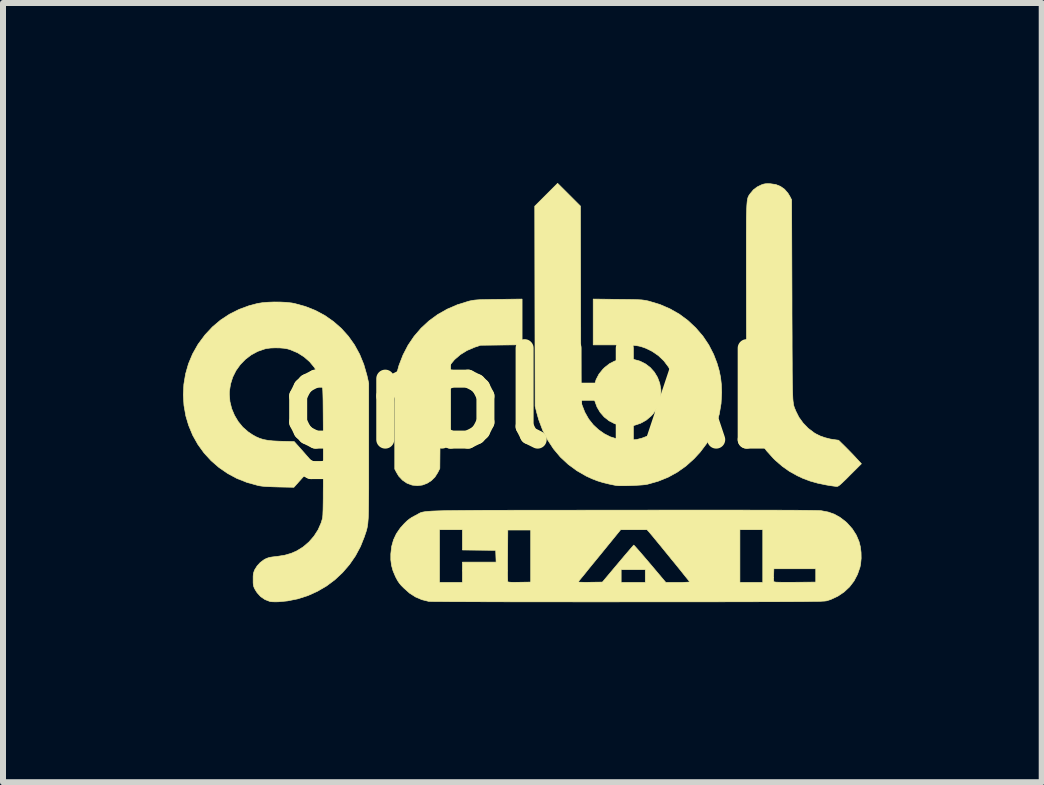
<source format=kicad_pcb>
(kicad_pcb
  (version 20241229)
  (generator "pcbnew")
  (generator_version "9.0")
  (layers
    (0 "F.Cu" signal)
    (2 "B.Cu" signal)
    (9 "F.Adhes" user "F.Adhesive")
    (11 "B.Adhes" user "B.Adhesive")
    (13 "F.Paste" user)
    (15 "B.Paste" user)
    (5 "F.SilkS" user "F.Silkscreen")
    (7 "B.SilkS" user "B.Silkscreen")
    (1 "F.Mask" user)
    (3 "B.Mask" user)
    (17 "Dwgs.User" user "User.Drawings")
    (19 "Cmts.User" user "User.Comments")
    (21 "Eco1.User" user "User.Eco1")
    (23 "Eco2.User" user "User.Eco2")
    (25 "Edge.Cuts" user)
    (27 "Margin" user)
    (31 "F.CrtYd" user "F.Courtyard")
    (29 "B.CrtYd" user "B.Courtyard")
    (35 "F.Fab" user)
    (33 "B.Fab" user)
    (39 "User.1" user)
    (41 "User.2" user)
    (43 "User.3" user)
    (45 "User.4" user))
  (footprint "grblHAL"
    (layer "F.Cu")
    (at 5.947 3.587)
    (property "Reference" "grblHAL" (at 0 0 0) (layer "F.SilkS") (effects (font (size 1.524 1.524) (thickness 0.3))))
    (attr through_hole)
    (fp_poly (pts (xy 1.569 -0.646) (xy 1.67 -0.618) (xy 1.761 -0.572) (xy 1.841 -0.511) (xy 1.908 -0.436) (xy 1.961 -0.348) (xy 1.998 -0.25) (xy 2.017 -0.144) (xy 2.018 -0.133) (xy 2.015 -0.025) (xy 1.992 0.078) (xy 1.949 0.173) (xy 1.886 0.262) (xy 1.853 0.297) (xy 1.77 0.367) (xy 1.677 0.418) (xy 1.578 0.451) (xy 1.475 0.465) (xy 1.37 0.459) (xy 1.349 0.455) (xy 1.246 0.424) (xy 1.153 0.376) (xy 1.072 0.312) (xy 1.005 0.235) (xy 0.953 0.147) (xy 0.917 0.049) (xy 0.9 -0.058) (xy 0.899 -0.101) (xy 0.908 -0.21) (xy 0.937 -0.31) (xy 0.985 -0.402) (xy 1.052 -0.485) (xy 1.081 -0.513) (xy 1.161 -0.576) (xy 1.245 -0.619) (xy 1.336 -0.645) (xy 1.439 -0.656) (xy 1.462 -0.656) (xy 1.569 -0.646)) (stroke (width 0.01) (type solid)) (fill yes) (layer "F.SilkS"))
    (fp_poly (pts (xy -0.296 -0.891) (xy -0.643 -0.887) (xy -0.99 -0.883) (xy -1.09 -0.849) (xy -1.216 -0.795) (xy -1.327 -0.726) (xy -1.424 -0.642) (xy -1.506 -0.542) (xy -1.573 -0.428) (xy -1.578 -0.418) (xy -1.593 -0.387) (xy -1.606 -0.36) (xy -1.617 -0.335) (xy -1.626 -0.309) (xy -1.633 -0.282) (xy -1.64 -0.251) (xy -1.645 -0.215) (xy -1.649 -0.172) (xy -1.652 -0.12) (xy -1.654 -0.058) (xy -1.656 0.017) (xy -1.658 0.106) (xy -1.659 0.21) (xy -1.66 0.332) (xy -1.661 0.474) (xy -1.661 0.482) (xy -1.667 1.17) (xy -1.702 1.24) (xy -1.749 1.314) (xy -1.809 1.373) (xy -1.88 1.418) (xy -1.959 1.447) (xy -2.042 1.457) (xy -2.126 1.448) (xy -2.134 1.446) (xy -2.216 1.415) (xy -2.289 1.365) (xy -2.351 1.299) (xy -2.388 1.238) (xy -2.418 1.18) (xy -2.418 0.455) (xy -2.418 0.312) (xy -2.418 0.189) (xy -2.418 0.083) (xy -2.417 -0.006) (xy -2.417 -0.081) (xy -2.416 -0.144) (xy -2.415 -0.195) (xy -2.413 -0.236) (xy -2.411 -0.27) (xy -2.409 -0.297) (xy -2.406 -0.32) (xy -2.403 -0.34) (xy -2.399 -0.359) (xy -2.399 -0.36) (xy -2.348 -0.547) (xy -2.28 -0.722) (xy -2.196 -0.884) (xy -2.095 -1.033) (xy -1.979 -1.168) (xy -1.848 -1.289) (xy -1.703 -1.395) (xy -1.544 -1.485) (xy -1.373 -1.559) (xy -1.189 -1.616) (xy -1.165 -1.622) (xy -1.139 -1.627) (xy -1.113 -1.632) (xy -1.083 -1.636) (xy -1.048 -1.639) (xy -1.004 -1.642) (xy -0.95 -1.644) (xy -0.883 -1.645) (xy -0.8 -1.647) (xy -0.698 -1.648) (xy -0.685 -1.648) (xy -0.296 -1.653) (xy -0.296 -0.891)) (stroke (width 0.01) (type solid)) (fill yes) (layer "F.SilkS"))
    (fp_poly (pts (xy 3.84 -3.575) (xy 3.841 -3.575) (xy 3.932 -3.562) (xy 4.01 -3.531) (xy 4.078 -3.483) (xy 4.135 -3.417) (xy 4.167 -3.364) (xy 4.196 -3.307) (xy 4.202 -1.635) (xy 4.202 -1.413) (xy 4.203 -1.212) (xy 4.204 -1.029) (xy 4.204 -0.865) (xy 4.205 -0.717) (xy 4.206 -0.586) (xy 4.206 -0.469) (xy 4.207 -0.367) (xy 4.208 -0.277) (xy 4.21 -0.199) (xy 4.211 -0.132) (xy 4.213 -0.075) (xy 4.215 -0.027) (xy 4.217 0.014) (xy 4.22 0.048) (xy 4.224 0.076) (xy 4.227 0.1) (xy 4.231 0.12) (xy 4.236 0.137) (xy 4.241 0.153) (xy 4.247 0.168) (xy 4.254 0.184) (xy 4.261 0.202) (xy 4.265 0.212) (xy 4.317 0.316) (xy 4.387 0.413) (xy 4.472 0.501) (xy 4.571 0.576) (xy 4.605 0.596) (xy 4.672 0.629) (xy 4.752 0.657) (xy 4.837 0.679) (xy 4.893 0.688) (xy 4.979 0.7) (xy 5.073 0.792) (xy 5.119 0.838) (xy 5.173 0.893) (xy 5.226 0.948) (xy 5.263 0.988) (xy 5.359 1.092) (xy 5.169 1.281) (xy 5.11 1.341) (xy 5.063 1.386) (xy 5.027 1.42) (xy 5 1.444) (xy 4.98 1.459) (xy 4.965 1.467) (xy 4.952 1.47) (xy 4.948 1.47) (xy 4.926 1.468) (xy 4.888 1.463) (xy 4.839 1.456) (xy 4.784 1.447) (xy 4.768 1.444) (xy 4.628 1.415) (xy 4.501 1.379) (xy 4.382 1.334) (xy 4.292 1.292) (xy 4.159 1.218) (xy 4.04 1.134) (xy 3.927 1.036) (xy 3.895 1.005) (xy 3.777 0.874) (xy 3.677 0.733) (xy 3.593 0.58) (xy 3.526 0.416) (xy 3.475 0.238) (xy 3.47 0.217) (xy 3.446 0.111) (xy 3.442 -1.56) (xy 3.442 -1.785) (xy 3.441 -1.99) (xy 3.441 -2.176) (xy 3.441 -2.344) (xy 3.441 -2.495) (xy 3.441 -2.63) (xy 3.441 -2.749) (xy 3.442 -2.854) (xy 3.442 -2.946) (xy 3.443 -3.026) (xy 3.445 -3.095) (xy 3.447 -3.153) (xy 3.449 -3.202) (xy 3.452 -3.243) (xy 3.455 -3.277) (xy 3.459 -3.304) (xy 3.463 -3.326) (xy 3.468 -3.344) (xy 3.474 -3.359) (xy 3.48 -3.372) (xy 3.487 -3.383) (xy 3.495 -3.394) (xy 3.503 -3.406) (xy 3.508 -3.413) (xy 3.56 -3.475) (xy 3.621 -3.521) (xy 3.687 -3.554) (xy 3.723 -3.567) (xy 3.755 -3.574) (xy 3.791 -3.576) (xy 3.84 -3.575)) (stroke (width 0.01) (type solid)) (fill yes) (layer "F.SilkS"))
    (fp_poly (pts (xy 0.487 -3.392) (xy 0.677 -3.202) (xy 0.68 -1.577) (xy 0.68 -1.36) (xy 0.681 -1.162) (xy 0.681 -0.984) (xy 0.682 -0.824) (xy 0.682 -0.681) (xy 0.683 -0.554) (xy 0.683 -0.442) (xy 0.684 -0.344) (xy 0.685 -0.259) (xy 0.686 -0.186) (xy 0.686 -0.124) (xy 0.688 -0.072) (xy 0.689 -0.029) (xy 0.69 0.006) (xy 0.692 0.035) (xy 0.693 0.058) (xy 0.695 0.075) (xy 0.697 0.089) (xy 0.699 0.101) (xy 0.702 0.11) (xy 0.702 0.111) (xy 0.749 0.232) (xy 0.812 0.344) (xy 0.891 0.444) (xy 0.976 0.523) (xy 1.074 0.592) (xy 1.174 0.643) (xy 1.28 0.676) (xy 1.397 0.693) (xy 1.435 0.696) (xy 1.531 0.696) (xy 1.616 0.687) (xy 1.699 0.666) (xy 1.786 0.633) (xy 1.828 0.613) (xy 1.936 0.549) (xy 2.032 0.469) (xy 2.114 0.374) (xy 2.181 0.266) (xy 2.229 0.153) (xy 2.25 0.07) (xy 2.262 -0.025) (xy 2.265 -0.124) (xy 2.258 -0.219) (xy 2.245 -0.284) (xy 2.204 -0.408) (xy 2.144 -0.521) (xy 2.068 -0.622) (xy 1.976 -0.71) (xy 1.871 -0.782) (xy 1.767 -0.833) (xy 1.729 -0.847) (xy 1.692 -0.859) (xy 1.655 -0.869) (xy 1.614 -0.876) (xy 1.566 -0.881) (xy 1.509 -0.885) (xy 1.44 -0.887) (xy 1.356 -0.888) (xy 1.255 -0.889) (xy 1.225 -0.889) (xy 0.889 -0.889) (xy 0.889 -1.653) (xy 1.299 -1.648) (xy 1.404 -1.647) (xy 1.49 -1.646) (xy 1.559 -1.645) (xy 1.616 -1.643) (xy 1.661 -1.641) (xy 1.697 -1.639) (xy 1.728 -1.635) (xy 1.755 -1.631) (xy 1.782 -1.626) (xy 1.809 -1.62) (xy 1.82 -1.617) (xy 2 -1.563) (xy 2.167 -1.491) (xy 2.324 -1.402) (xy 2.468 -1.295) (xy 2.6 -1.171) (xy 2.717 -1.035) (xy 2.815 -0.889) (xy 2.896 -0.731) (xy 2.953 -0.583) (xy 2.988 -0.463) (xy 3.012 -0.347) (xy 3.025 -0.229) (xy 3.03 -0.1) (xy 3.03 -0.095) (xy 3.02 0.089) (xy 2.99 0.266) (xy 2.94 0.435) (xy 2.871 0.597) (xy 2.783 0.75) (xy 2.674 0.895) (xy 2.572 1.006) (xy 2.437 1.128) (xy 2.292 1.231) (xy 2.138 1.316) (xy 1.972 1.383) (xy 1.795 1.433) (xy 1.789 1.434) (xy 1.755 1.44) (xy 1.705 1.445) (xy 1.644 1.449) (xy 1.576 1.453) (xy 1.505 1.456) (xy 1.435 1.458) (xy 1.372 1.458) (xy 1.319 1.458) (xy 1.281 1.455) (xy 1.27 1.454) (xy 1.153 1.43) (xy 1.051 1.405) (xy 0.96 1.377) (xy 0.875 1.344) (xy 0.789 1.305) (xy 0.774 1.298) (xy 0.616 1.207) (xy 0.472 1.101) (xy 0.342 0.98) (xy 0.228 0.844) (xy 0.13 0.695) (xy 0.047 0.533) (xy -0.019 0.357) (xy -0.051 0.243) (xy -0.079 0.132) (xy -0.082 -1.535) (xy -0.085 -3.201) (xy 0.106 -3.392) (xy 0.296 -3.582) (xy 0.487 -3.392)) (stroke (width 0.01) (type solid)) (fill yes) (layer "F.SilkS"))
    (fp_poly (pts (xy -4.325 -1.603) (xy -4.226 -1.598) (xy -4.136 -1.588) (xy -4.088 -1.579) (xy -3.909 -1.53) (xy -3.74 -1.463) (xy -3.583 -1.379) (xy -3.439 -1.278) (xy -3.308 -1.163) (xy -3.191 -1.033) (xy -3.089 -0.889) (xy -3.003 -0.732) (xy -2.934 -0.563) (xy -2.882 -0.382) (xy -2.877 -0.36) (xy -2.852 -0.249) (xy -2.852 0.889) (xy -2.852 1.073) (xy -2.852 1.238) (xy -2.852 1.384) (xy -2.852 1.513) (xy -2.853 1.626) (xy -2.854 1.725) (xy -2.855 1.81) (xy -2.856 1.884) (xy -2.858 1.946) (xy -2.86 2) (xy -2.864 2.046) (xy -2.867 2.085) (xy -2.872 2.119) (xy -2.877 2.15) (xy -2.883 2.177) (xy -2.89 2.203) (xy -2.898 2.23) (xy -2.908 2.258) (xy -2.918 2.288) (xy -2.922 2.302) (xy -2.989 2.47) (xy -3.073 2.627) (xy -3.173 2.772) (xy -3.288 2.905) (xy -3.415 3.024) (xy -3.555 3.129) (xy -3.706 3.217) (xy -3.865 3.289) (xy -4.033 3.343) (xy -4.207 3.378) (xy -4.355 3.392) (xy -4.405 3.393) (xy -4.452 3.392) (xy -4.488 3.389) (xy -4.501 3.386) (xy -4.581 3.355) (xy -4.653 3.306) (xy -4.712 3.241) (xy -4.742 3.194) (xy -4.759 3.162) (xy -4.769 3.136) (xy -4.775 3.109) (xy -4.778 3.075) (xy -4.778 3.027) (xy -4.778 3.022) (xy -4.778 2.969) (xy -4.775 2.931) (xy -4.768 2.901) (xy -4.758 2.873) (xy -4.751 2.857) (xy -4.712 2.795) (xy -4.66 2.738) (xy -4.601 2.694) (xy -4.583 2.683) (xy -4.553 2.669) (xy -4.526 2.659) (xy -4.496 2.651) (xy -4.458 2.645) (xy -4.408 2.639) (xy -4.371 2.635) (xy -4.252 2.616) (xy -4.145 2.585) (xy -4.053 2.545) (xy -3.946 2.479) (xy -3.849 2.396) (xy -3.765 2.3) (xy -3.696 2.193) (xy -3.645 2.077) (xy -3.626 2.014) (xy -3.623 2.001) (xy -3.62 1.985) (xy -3.618 1.964) (xy -3.616 1.937) (xy -3.615 1.902) (xy -3.613 1.859) (xy -3.612 1.807) (xy -3.611 1.742) (xy -3.61 1.666) (xy -3.61 1.575) (xy -3.609 1.47) (xy -3.609 1.348) (xy -3.609 1.208) (xy -3.609 1.049) (xy -3.609 0.933) (xy -3.609 0.734) (xy -3.609 0.555) (xy -3.61 0.394) (xy -3.611 0.253) (xy -3.612 0.132) (xy -3.613 0.03) (xy -3.615 -0.051) (xy -3.617 -0.111) (xy -3.619 -0.151) (xy -3.62 -0.165) (xy -3.648 -0.29) (xy -3.694 -0.407) (xy -3.758 -0.514) (xy -3.837 -0.609) (xy -3.93 -0.69) (xy -4.036 -0.757) (xy -4.154 -0.807) (xy -4.202 -0.822) (xy -4.262 -0.833) (xy -4.335 -0.839) (xy -4.414 -0.84) (xy -4.49 -0.837) (xy -4.558 -0.828) (xy -4.583 -0.822) (xy -4.702 -0.781) (xy -4.811 -0.722) (xy -4.908 -0.648) (xy -4.993 -0.56) (xy -5.064 -0.461) (xy -5.118 -0.353) (xy -5.155 -0.236) (xy -5.174 -0.114) (xy -5.175 -0.064) (xy -5.165 0.056) (xy -5.136 0.173) (xy -5.089 0.285) (xy -5.027 0.389) (xy -4.951 0.482) (xy -4.862 0.56) (xy -4.854 0.565) (xy -4.789 0.609) (xy -4.728 0.643) (xy -4.668 0.669) (xy -4.603 0.689) (xy -4.531 0.702) (xy -4.448 0.711) (xy -4.348 0.716) (xy -4.309 0.717) (xy -4.094 0.722) (xy -3.931 0.905) (xy -3.885 0.958) (xy -3.843 1.006) (xy -3.809 1.046) (xy -3.784 1.077) (xy -3.77 1.096) (xy -3.768 1.1) (xy -3.774 1.111) (xy -3.793 1.135) (xy -3.823 1.17) (xy -3.86 1.214) (xy -3.904 1.264) (xy -3.933 1.298) (xy -4.099 1.484) (xy -4.354 1.479) (xy -4.446 1.476) (xy -4.52 1.473) (xy -4.58 1.47) (xy -4.63 1.465) (xy -4.672 1.459) (xy -4.704 1.452) (xy -4.881 1.403) (xy -5.048 1.337) (xy -5.204 1.253) (xy -5.349 1.153) (xy -5.48 1.039) (xy -5.597 0.911) (xy -5.699 0.77) (xy -5.785 0.617) (xy -5.853 0.453) (xy -5.9 0.296) (xy -5.931 0.12) (xy -5.942 -0.057) (xy -5.933 -0.232) (xy -5.904 -0.406) (xy -5.856 -0.574) (xy -5.788 -0.737) (xy -5.701 -0.891) (xy -5.69 -0.908) (xy -5.58 -1.056) (xy -5.457 -1.188) (xy -5.321 -1.303) (xy -5.172 -1.401) (xy -5.012 -1.481) (xy -4.841 -1.544) (xy -4.706 -1.579) (xy -4.626 -1.592) (xy -4.532 -1.6) (xy -4.43 -1.604) (xy -4.325 -1.603)) (stroke (width 0.01) (type solid)) (fill yes) (layer "F.SilkS"))
    (fp_poly (pts (xy 2.884 1.864) (xy 3.126 1.864) (xy 3.349 1.864) (xy 3.554 1.865) (xy 3.74 1.865) (xy 3.909 1.865) (xy 4.06 1.866) (xy 4.194 1.866) (xy 4.311 1.867) (xy 4.411 1.868) (xy 4.496 1.869) (xy 4.565 1.87) (xy 4.619 1.871) (xy 4.657 1.872) (xy 4.682 1.873) (xy 4.688 1.874) (xy 4.804 1.896) (xy 4.907 1.932) (xy 5.002 1.985) (xy 5.094 2.055) (xy 5.122 2.081) (xy 5.207 2.176) (xy 5.274 2.281) (xy 5.32 2.39) (xy 5.341 2.473) (xy 5.353 2.568) (xy 5.355 2.667) (xy 5.346 2.76) (xy 5.336 2.813) (xy 5.294 2.935) (xy 5.236 3.046) (xy 5.161 3.144) (xy 5.07 3.229) (xy 4.966 3.299) (xy 4.848 3.354) (xy 4.789 3.373) (xy 4.782 3.375) (xy 4.774 3.377) (xy 4.763 3.378) (xy 4.749 3.38) (xy 4.731 3.381) (xy 4.709 3.382) (xy 4.682 3.384) (xy 4.649 3.385) (xy 4.609 3.386) (xy 4.562 3.386) (xy 4.507 3.387) (xy 4.444 3.388) (xy 4.371 3.389) (xy 4.288 3.389) (xy 4.194 3.39) (xy 4.088 3.39) (xy 3.971 3.391) (xy 3.84 3.391) (xy 3.696 3.391) (xy 3.537 3.392) (xy 3.363 3.392) (xy 3.174 3.392) (xy 2.968 3.393) (xy 2.745 3.393) (xy 2.504 3.393) (xy 2.244 3.393) (xy 1.965 3.393) (xy 1.666 3.393) (xy 1.466 3.393) (xy 1.193 3.394) (xy 0.927 3.394) (xy 0.669 3.394) (xy 0.418 3.393) (xy 0.177 3.393) (xy -0.055 3.393) (xy -0.276 3.393) (xy -0.486 3.393) (xy -0.684 3.392) (xy -0.869 3.392) (xy -1.04 3.391) (xy -1.198 3.391) (xy -1.34 3.39) (xy -1.466 3.39) (xy -1.576 3.389) (xy -1.668 3.388) (xy -1.743 3.388) (xy -1.798 3.387) (xy -1.834 3.386) (xy -1.85 3.386) (xy -1.85 3.386) (xy -1.966 3.357) (xy -2.072 3.312) (xy -2.172 3.248) (xy -2.266 3.164) (xy -2.311 3.119) (xy -2.343 3.08) (xy -2.369 3.042) (xy -2.393 2.998) (xy -2.406 2.973) (xy -2.447 2.876) (xy -2.472 2.786) (xy -2.484 2.693) (xy -2.484 2.594) (xy -2.47 2.471) (xy -2.439 2.36) (xy -2.391 2.258) (xy -2.345 2.191) (xy -1.672 2.191) (xy -1.672 3.069) (xy -1.291 3.069) (xy -1.291 2.799) (xy -0.538 2.799) (xy -0.538 2.877) (xy -0.538 2.944) (xy -0.537 2.997) (xy -0.536 3.035) (xy -0.535 3.054) (xy -0.535 3.056) (xy -0.528 3.061) (xy -0.51 3.065) (xy -0.479 3.067) (xy -0.432 3.068) (xy -0.368 3.067) (xy -0.342 3.067) (xy -0.153 3.064) (xy -0.153 3.056) (xy 0.642 3.056) (xy 0.643 3.061) (xy 0.653 3.064) (xy 0.675 3.066) (xy 0.712 3.067) (xy 0.766 3.068) (xy 0.837 3.067) (xy 1.042 3.064) (xy 1.216 2.857) (xy 1.355 2.857) (xy 1.355 3.069) (xy 1.757 3.069) (xy 1.757 2.857) (xy 1.355 2.857) (xy 1.216 2.857) (xy 1.3 2.757) (xy 1.358 2.688) (xy 1.412 2.624) (xy 1.46 2.568) (xy 1.501 2.52) (xy 1.533 2.483) (xy 1.555 2.458) (xy 1.565 2.448) (xy 1.565 2.447) (xy 1.573 2.455) (xy 1.593 2.476) (xy 1.624 2.511) (xy 1.664 2.556) (xy 1.711 2.611) (xy 1.765 2.674) (xy 1.823 2.742) (xy 1.836 2.757) (xy 2.099 3.069) (xy 2.299 3.069) (xy 2.37 3.069) (xy 2.427 3.067) (xy 2.468 3.065) (xy 2.491 3.062) (xy 2.496 3.059) (xy 2.489 3.049) (xy 2.47 3.025) (xy 2.44 2.988) (xy 2.402 2.941) (xy 2.357 2.884) (xy 2.306 2.821) (xy 2.251 2.753) (xy 2.193 2.683) (xy 2.135 2.611) (xy 2.077 2.54) (xy 2.021 2.471) (xy 1.969 2.408) (xy 1.922 2.351) (xy 1.882 2.302) (xy 1.85 2.264) (xy 1.828 2.238) (xy 1.822 2.231) (xy 1.786 2.191) (xy 3.334 2.191) (xy 3.334 3.069) (xy 3.715 3.069) (xy 3.715 2.986) (xy 3.896 2.986) (xy 3.897 3.024) (xy 3.898 3.049) (xy 3.899 3.055) (xy 3.904 3.059) (xy 3.917 3.062) (xy 3.94 3.065) (xy 3.975 3.066) (xy 4.023 3.067) (xy 4.088 3.067) (xy 4.169 3.067) (xy 4.252 3.067) (xy 4.598 3.064) (xy 4.598 2.842) (xy 3.9 2.842) (xy 3.897 2.941) (xy 3.896 2.986) (xy 3.715 2.986) (xy 3.715 2.191) (xy 3.334 2.191) (xy 1.786 2.191) (xy 1.347 2.191) (xy 1 2.617) (xy 0.933 2.699) (xy 0.869 2.777) (xy 0.811 2.848) (xy 0.76 2.912) (xy 0.716 2.966) (xy 0.681 3.008) (xy 0.657 3.038) (xy 0.644 3.054) (xy 0.642 3.056) (xy -0.153 3.056) (xy -0.153 2.196) (xy -0.534 2.196) (xy -0.537 2.619) (xy -0.538 2.712) (xy -0.538 2.799) (xy -1.291 2.799) (xy -1.291 2.731) (xy -0.729 2.731) (xy -0.736 2.535) (xy -1.013 2.532) (xy -1.291 2.529) (xy -1.291 2.191) (xy -1.672 2.191) (xy -2.345 2.191) (xy -2.324 2.161) (xy -2.259 2.089) (xy -2.214 2.045) (xy -2.173 2.012) (xy -2.131 1.984) (xy -2.08 1.957) (xy -2.074 1.954) (xy -2.058 1.946) (xy -2.044 1.938) (xy -2.032 1.931) (xy -2.021 1.925) (xy -2.01 1.918) (xy -1.999 1.913) (xy -1.986 1.907) (xy -1.971 1.902) (xy -1.954 1.898) (xy -1.933 1.894) (xy -1.908 1.89) (xy -1.878 1.887) (xy -1.842 1.884) (xy -1.801 1.881) (xy -1.752 1.879) (xy -1.695 1.877) (xy -1.631 1.875) (xy -1.556 1.873) (xy -1.473 1.872) (xy -1.378 1.871) (xy -1.272 1.87) (xy -1.154 1.869) (xy -1.024 1.868) (xy -0.88 1.867) (xy -0.721 1.867) (xy -0.548 1.867) (xy -0.36 1.866) (xy -0.154 1.866) (xy 0.068 1.866) (xy 0.308 1.866) (xy 0.566 1.866) (xy 0.843 1.865) (xy 1.141 1.865) (xy 1.376 1.865) (xy 1.718 1.865) (xy 2.04 1.864) (xy 2.341 1.864) (xy 2.622 1.864) (xy 2.884 1.864)) (stroke (width 0.01) (type solid)) (fill yes) (layer "F.SilkS")))
  (gr_rect
    (start -3 -3)
    (end 14.311 9.986)
    (stroke (width 0.1) (type default))
    (fill no)
    (layer "Edge.Cuts")))
</source>
